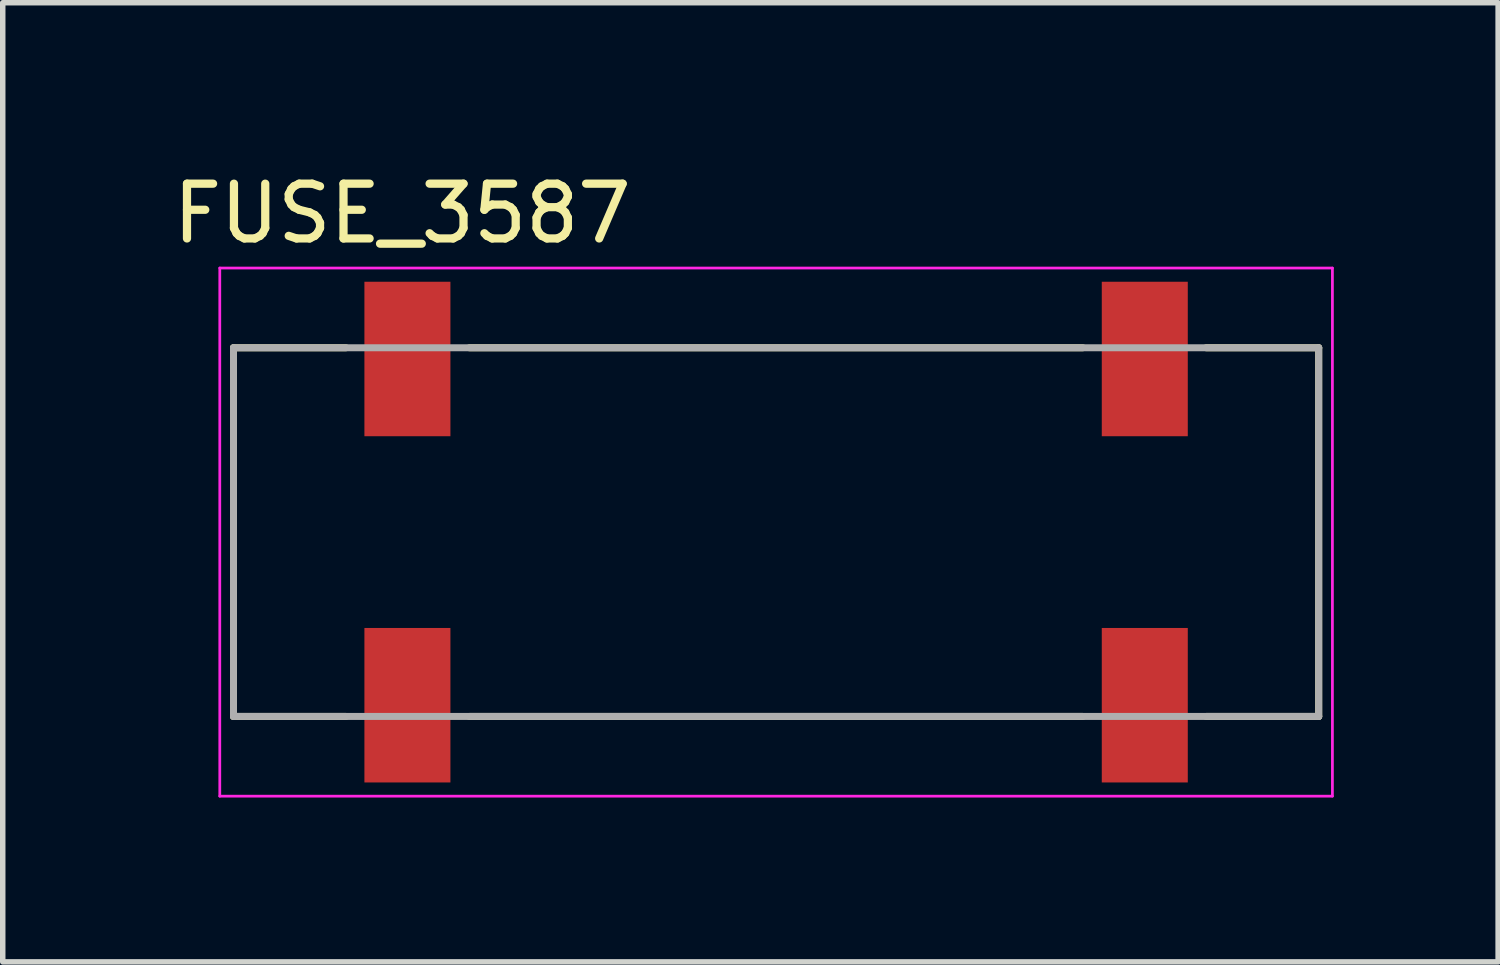
<source format=kicad_pcb>
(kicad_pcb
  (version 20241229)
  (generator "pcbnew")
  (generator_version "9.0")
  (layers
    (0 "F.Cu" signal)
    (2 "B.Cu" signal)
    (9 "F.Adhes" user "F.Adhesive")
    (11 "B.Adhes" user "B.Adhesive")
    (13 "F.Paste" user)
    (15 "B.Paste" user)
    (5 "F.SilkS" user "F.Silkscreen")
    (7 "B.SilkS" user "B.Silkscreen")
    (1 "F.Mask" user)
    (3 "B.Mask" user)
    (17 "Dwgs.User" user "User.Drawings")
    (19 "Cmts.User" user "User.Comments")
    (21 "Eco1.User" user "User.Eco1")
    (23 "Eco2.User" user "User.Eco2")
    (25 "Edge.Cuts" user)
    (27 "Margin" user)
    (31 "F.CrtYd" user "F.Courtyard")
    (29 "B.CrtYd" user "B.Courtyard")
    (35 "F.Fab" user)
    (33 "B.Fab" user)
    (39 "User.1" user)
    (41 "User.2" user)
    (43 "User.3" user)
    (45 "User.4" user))
  (footprint "FUSE_3587"
    (layer "F.Cu")
    (at 11.117 6.663)
    (property "Reference" "FUSE_3587" (at -6.825 -5.815 0) (layer "F.SilkS") (effects (font (size 1 1) (thickness 0.15))))
    (attr smd)
    (fp_line (start -9.905 -3.365) (end -9.905 3.365) (stroke (width 0.127) (type solid)) (layer "F.SilkS"))
    (fp_line (start -7.85 -3.365) (end -9.905 -3.365) (stroke (width 0.127) (type solid)) (layer "F.SilkS"))
    (fp_line (start -7.85 3.365) (end -9.905 3.365) (stroke (width 0.127) (type solid)) (layer "F.SilkS"))
    (fp_line (start -5.6 -3.365) (end 5.6 -3.365) (stroke (width 0.127) (type solid)) (layer "F.SilkS"))
    (fp_line (start 5.6 3.365) (end -5.6 3.365) (stroke (width 0.127) (type solid)) (layer "F.SilkS"))
    (fp_line (start 7.85 -3.365) (end 9.905 -3.365) (stroke (width 0.127) (type solid)) (layer "F.SilkS"))
    (fp_line (start 7.85 3.365) (end 9.905 3.365) (stroke (width 0.127) (type solid)) (layer "F.SilkS"))
    (fp_line (start 9.905 -3.365) (end 9.905 3.365) (stroke (width 0.127) (type solid)) (layer "F.SilkS"))
    (fp_line (start -10.155 -4.82) (end 10.155 -4.82) (stroke (width 0.05) (type solid)) (layer "F.CrtYd"))
    (fp_line (start -10.155 4.82) (end -10.155 -4.82) (stroke (width 0.05) (type solid)) (layer "F.CrtYd"))
    (fp_line (start 10.155 -4.82) (end 10.155 4.82) (stroke (width 0.05) (type solid)) (layer "F.CrtYd"))
    (fp_line (start 10.155 4.82) (end -10.155 4.82) (stroke (width 0.05) (type solid)) (layer "F.CrtYd"))
    (fp_line (start -9.905 -3.365) (end 9.905 -3.365) (stroke (width 0.127) (type solid)) (layer "F.Fab"))
    (fp_line (start -9.905 3.365) (end -9.905 -3.365) (stroke (width 0.127) (type solid)) (layer "F.Fab"))
    (fp_line (start 9.905 -3.365) (end 9.905 3.365) (stroke (width 0.127) (type solid)) (layer "F.Fab"))
    (fp_line (start 9.905 3.365) (end -9.905 3.365) (stroke (width 0.127) (type solid)) (layer "F.Fab"))
    (pad "1_1" smd rect (at -6.73 -3.16) (size 1.57 2.82) (layers "F.Cu" "F.Mask" "F.Paste"))
    (pad "1_2" smd rect (at -6.73 3.16) (size 1.57 2.82) (layers "F.Cu" "F.Mask" "F.Paste"))
    (pad "2_1" smd rect (at 6.73 -3.16) (size 1.57 2.82) (layers "F.Cu" "F.Mask" "F.Paste"))
    (pad "2_2" smd rect (at 6.73 3.16) (size 1.57 2.82) (layers "F.Cu" "F.Mask" "F.Paste")))
  (gr_rect
    (start -3 -3)
    (end 24.297 14.508)
    (stroke (width 0.1) (type default))
    (fill no)
    (layer "Edge.Cuts")))
</source>
